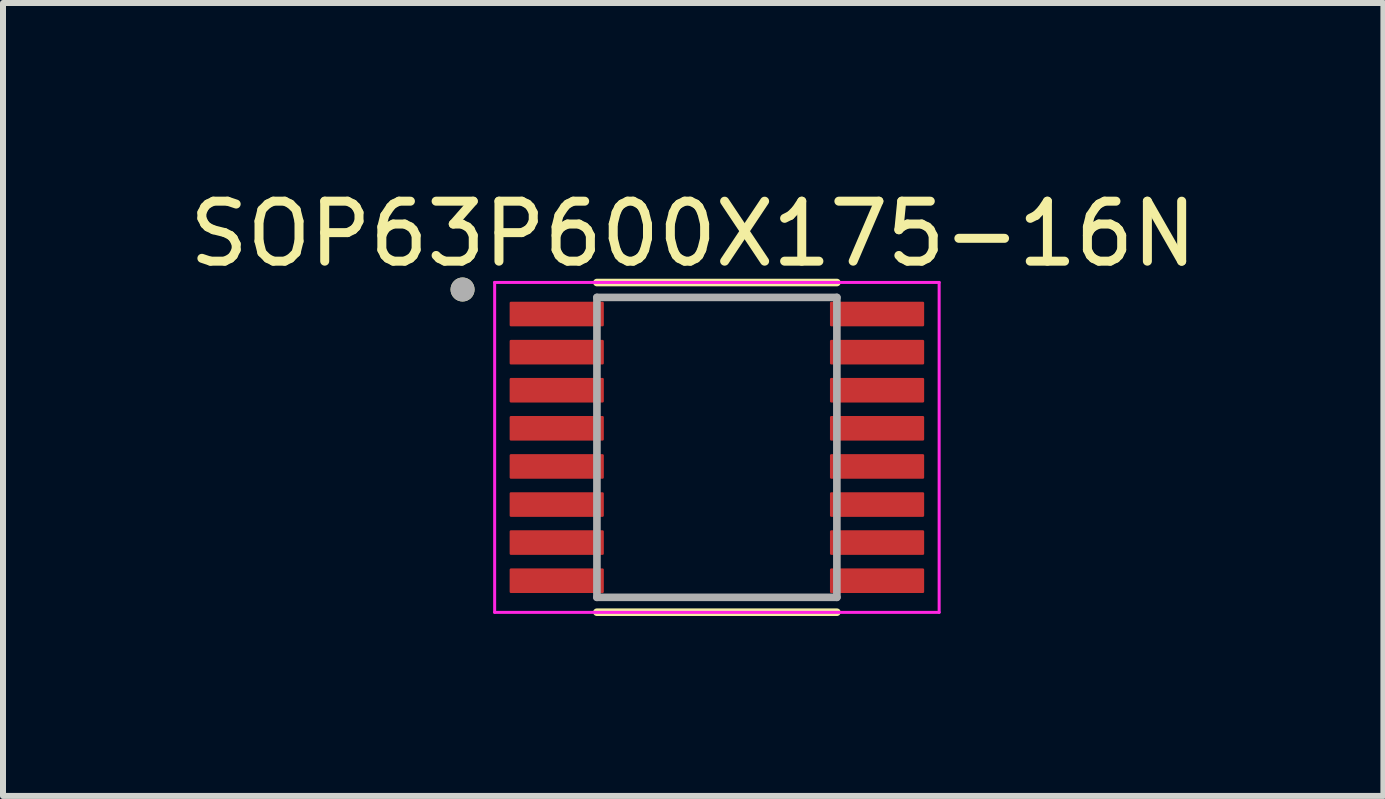
<source format=kicad_pcb>
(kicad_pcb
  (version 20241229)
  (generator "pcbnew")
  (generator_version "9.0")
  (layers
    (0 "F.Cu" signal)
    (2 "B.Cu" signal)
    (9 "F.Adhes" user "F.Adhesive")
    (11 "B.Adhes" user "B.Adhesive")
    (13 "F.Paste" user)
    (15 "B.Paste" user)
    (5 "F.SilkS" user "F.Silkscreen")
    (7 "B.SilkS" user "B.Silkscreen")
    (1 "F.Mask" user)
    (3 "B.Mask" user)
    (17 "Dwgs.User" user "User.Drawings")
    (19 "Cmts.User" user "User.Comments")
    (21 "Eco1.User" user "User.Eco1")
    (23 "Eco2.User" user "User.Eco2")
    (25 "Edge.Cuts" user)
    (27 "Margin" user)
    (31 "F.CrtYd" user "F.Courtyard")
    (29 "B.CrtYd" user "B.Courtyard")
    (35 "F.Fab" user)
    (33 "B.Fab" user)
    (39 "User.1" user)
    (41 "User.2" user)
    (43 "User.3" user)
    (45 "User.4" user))
  (footprint "SOP63P600X175-16N"
    (layer "F.Cu")
    (at 8.901 4.408)
    (property "Reference" "SOP63P600X175-16N" (at -0.395 -3.559 0) (layer "F.SilkS") (effects (font (size 1 1) (thickness 0.15))))
    (attr smd)
    (fp_line (start -2 -2.748) (end 2 -2.748) (stroke (width 0.127) (type solid)) (layer "F.SilkS"))
    (fp_line (start -2 2.748) (end 2 2.748) (stroke (width 0.127) (type solid)) (layer "F.SilkS"))
    (fp_circle (center -4.24 -2.632) (end -4.14 -2.632) (stroke (width 0.2) (type solid)) (fill no) (layer "F.SilkS"))
    (fp_line (start -3.705 -2.75) (end -3.705 2.75) (stroke (width 0.05) (type solid)) (layer "F.CrtYd"))
    (fp_line (start -3.705 -2.75) (end 3.705 -2.75) (stroke (width 0.05) (type solid)) (layer "F.CrtYd"))
    (fp_line (start -3.705 2.75) (end 3.705 2.75) (stroke (width 0.05) (type solid)) (layer "F.CrtYd"))
    (fp_line (start 3.705 -2.75) (end 3.705 2.75) (stroke (width 0.05) (type solid)) (layer "F.CrtYd"))
    (fp_line (start -2 -2.5) (end -2 2.5) (stroke (width 0.127) (type solid)) (layer "F.Fab"))
    (fp_line (start -2 -2.5) (end 2 -2.5) (stroke (width 0.127) (type solid)) (layer "F.Fab"))
    (fp_line (start -2 2.5) (end 2 2.5) (stroke (width 0.127) (type solid)) (layer "F.Fab"))
    (fp_line (start 2 -2.5) (end 2 2.5) (stroke (width 0.127) (type solid)) (layer "F.Fab"))
    (fp_circle (center -4.24 -2.632) (end -4.14 -2.632) (stroke (width 0.2) (type solid)) (fill no) (layer "F.Fab"))
    (pad "1" smd roundrect (at -2.67 -2.223) (size 1.57 0.41) (layers "F.Cu" "F.Mask" "F.Paste") (roundrect_rratio 0.05))
    (pad "2" smd roundrect (at -2.67 -1.587) (size 1.57 0.41) (layers "F.Cu" "F.Mask" "F.Paste") (roundrect_rratio 0.05))
    (pad "3" smd roundrect (at -2.67 -0.953) (size 1.57 0.41) (layers "F.Cu" "F.Mask" "F.Paste") (roundrect_rratio 0.05))
    (pad "4" smd roundrect (at -2.67 -0.318) (size 1.57 0.41) (layers "F.Cu" "F.Mask" "F.Paste") (roundrect_rratio 0.05))
    (pad "5" smd roundrect (at -2.67 0.318) (size 1.57 0.41) (layers "F.Cu" "F.Mask" "F.Paste") (roundrect_rratio 0.05))
    (pad "6" smd roundrect (at -2.67 0.953) (size 1.57 0.41) (layers "F.Cu" "F.Mask" "F.Paste") (roundrect_rratio 0.05))
    (pad "7" smd roundrect (at -2.67 1.587) (size 1.57 0.41) (layers "F.Cu" "F.Mask" "F.Paste") (roundrect_rratio 0.05))
    (pad "8" smd roundrect (at -2.67 2.223) (size 1.57 0.41) (layers "F.Cu" "F.Mask" "F.Paste") (roundrect_rratio 0.05))
    (pad "9" smd roundrect (at 2.67 2.223) (size 1.57 0.41) (layers "F.Cu" "F.Mask" "F.Paste") (roundrect_rratio 0.05))
    (pad "10" smd roundrect (at 2.67 1.587) (size 1.57 0.41) (layers "F.Cu" "F.Mask" "F.Paste") (roundrect_rratio 0.05))
    (pad "11" smd roundrect (at 2.67 0.953) (size 1.57 0.41) (layers "F.Cu" "F.Mask" "F.Paste") (roundrect_rratio 0.05))
    (pad "12" smd roundrect (at 2.67 0.318) (size 1.57 0.41) (layers "F.Cu" "F.Mask" "F.Paste") (roundrect_rratio 0.05))
    (pad "13" smd roundrect (at 2.67 -0.318) (size 1.57 0.41) (layers "F.Cu" "F.Mask" "F.Paste") (roundrect_rratio 0.05))
    (pad "14" smd roundrect (at 2.67 -0.953) (size 1.57 0.41) (layers "F.Cu" "F.Mask" "F.Paste") (roundrect_rratio 0.05))
    (pad "15" smd roundrect (at 2.67 -1.587) (size 1.57 0.41) (layers "F.Cu" "F.Mask" "F.Paste") (roundrect_rratio 0.05))
    (pad "16" smd roundrect (at 2.67 -2.223) (size 1.57 0.41) (layers "F.Cu" "F.Mask" "F.Paste") (roundrect_rratio 0.05)))
  (gr_rect
    (start -3 -3)
    (end 20.012 10.219)
    (stroke (width 0.1) (type default))
    (fill no)
    (layer "Edge.Cuts")))
</source>
